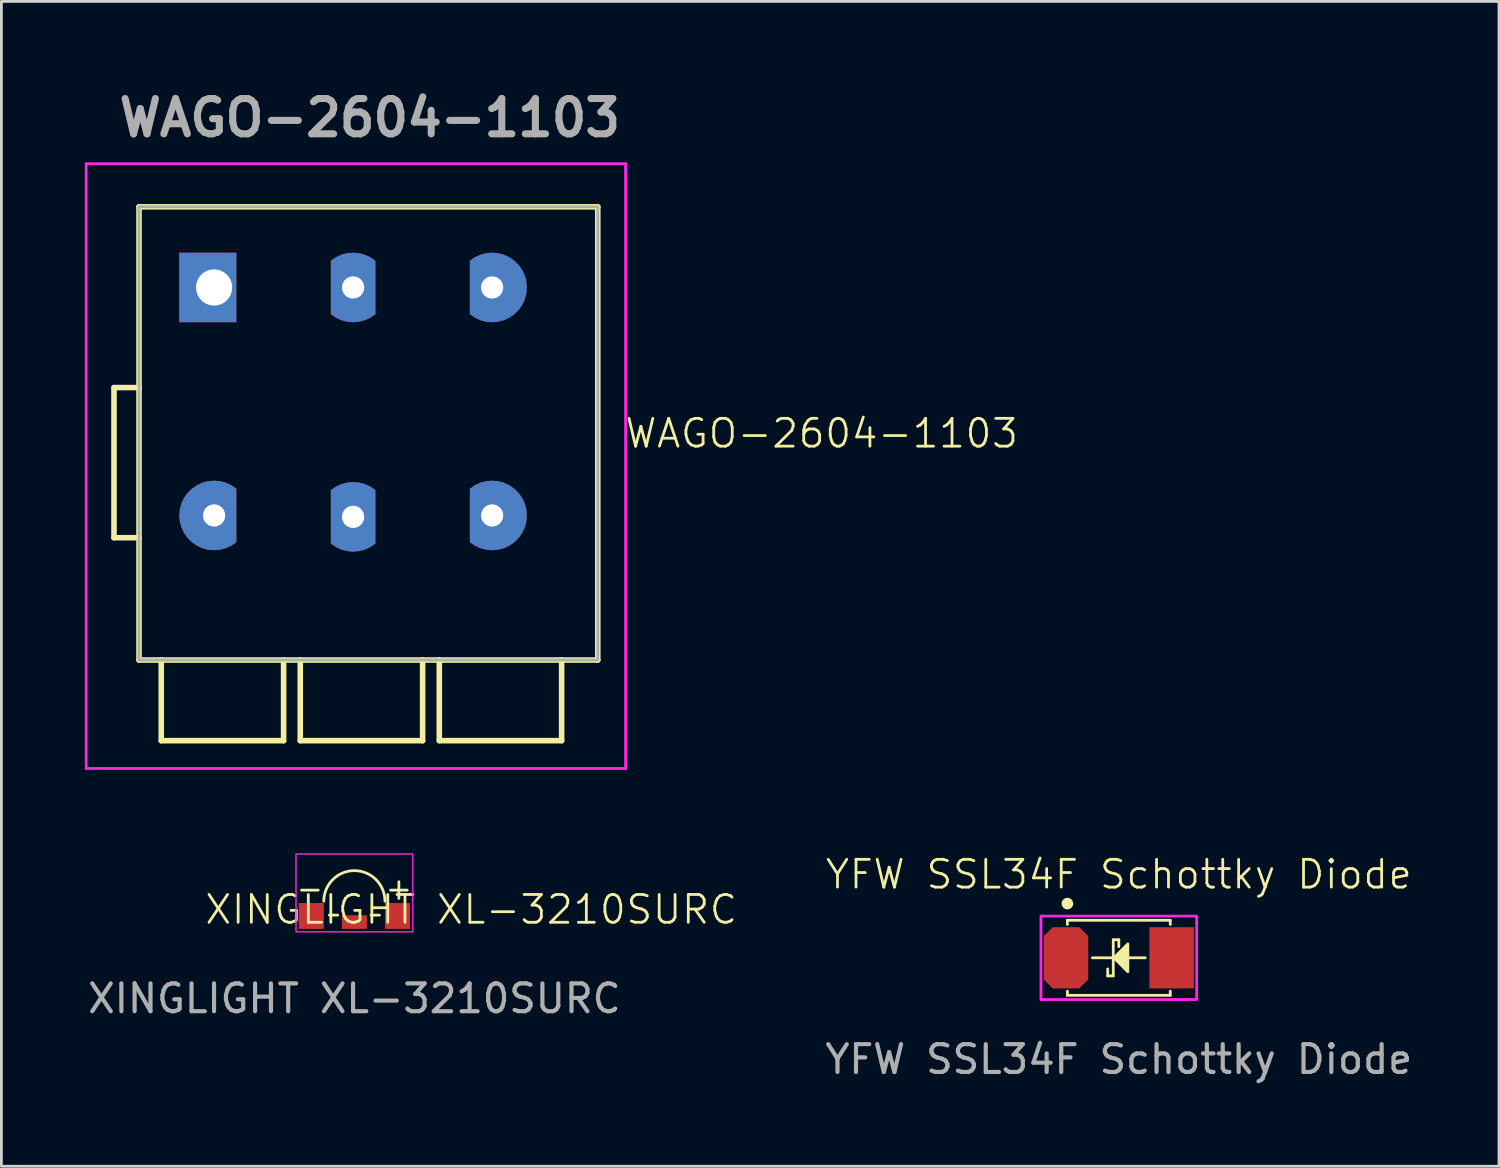
<source format=kicad_pcb>
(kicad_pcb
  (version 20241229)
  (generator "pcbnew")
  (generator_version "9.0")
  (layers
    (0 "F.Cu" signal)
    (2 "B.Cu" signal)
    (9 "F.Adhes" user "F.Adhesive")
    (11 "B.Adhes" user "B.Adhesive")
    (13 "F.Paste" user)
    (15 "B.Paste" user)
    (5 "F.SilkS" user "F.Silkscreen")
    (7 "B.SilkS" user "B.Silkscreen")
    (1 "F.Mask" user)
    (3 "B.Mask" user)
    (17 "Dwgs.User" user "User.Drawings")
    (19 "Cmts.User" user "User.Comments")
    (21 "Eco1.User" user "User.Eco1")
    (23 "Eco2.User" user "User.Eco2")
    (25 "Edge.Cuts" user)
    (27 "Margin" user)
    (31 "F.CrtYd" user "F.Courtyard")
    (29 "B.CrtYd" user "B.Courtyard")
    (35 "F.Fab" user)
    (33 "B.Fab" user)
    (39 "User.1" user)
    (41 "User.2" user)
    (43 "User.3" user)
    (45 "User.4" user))
  (footprint "WAGO-2604-1103"
    (layer "F.Cu")
    (at 4.65 7.289)
    (property "Reference" "WAGO-2604-1103" (at 21.85 5.25 0) (unlocked yes) (layer "F.SilkS") (effects (font (size 1 1) (thickness 0.1))))
    (attr through_hole)
    (fp_line (start -3.6 3.6) (end -3.6 9) (stroke (width 0.2) (type solid)) (layer "F.SilkS"))
    (fp_line (start -3.6 9) (end -2.7 9) (stroke (width 0.2) (type solid)) (layer "F.SilkS"))
    (fp_line (start -2.7 -2.9) (end 13.8 -2.9) (stroke (width 0.2) (type solid)) (layer "F.SilkS"))
    (fp_line (start -2.7 3.6) (end -3.6 3.6) (stroke (width 0.2) (type solid)) (layer "F.SilkS"))
    (fp_line (start -2.7 13.4) (end -2.7 -2.9) (stroke (width 0.2) (type solid)) (layer "F.SilkS"))
    (fp_line (start -1.9 13.4) (end -1.9 16.3) (stroke (width 0.2) (type solid)) (layer "F.SilkS"))
    (fp_line (start -1.9 16.3) (end 2.5 16.3) (stroke (width 0.2) (type solid)) (layer "F.SilkS"))
    (fp_line (start 2.5 16.3) (end 2.5 13.4) (stroke (width 0.2) (type solid)) (layer "F.SilkS"))
    (fp_line (start 3.1 13.4) (end 3.1 16.3) (stroke (width 0.2) (type solid)) (layer "F.SilkS"))
    (fp_line (start 3.1 16.3) (end 7.5 16.3) (stroke (width 0.2) (type solid)) (layer "F.SilkS"))
    (fp_line (start 7.5 16.3) (end 7.5 13.4) (stroke (width 0.2) (type solid)) (layer "F.SilkS"))
    (fp_line (start 8.1 13.4) (end 8.1 16.3) (stroke (width 0.2) (type solid)) (layer "F.SilkS"))
    (fp_line (start 8.1 16.3) (end 12.5 16.3) (stroke (width 0.2) (type solid)) (layer "F.SilkS"))
    (fp_line (start 12.5 16.3) (end 12.5 13.4) (stroke (width 0.2) (type solid)) (layer "F.SilkS"))
    (fp_line (start 13.8 -2.9) (end 13.8 13.4) (stroke (width 0.2) (type solid)) (layer "F.SilkS"))
    (fp_line (start 13.8 13.4) (end -2.7 13.4) (stroke (width 0.2) (type solid)) (layer "F.SilkS"))
    (fp_line (start -4.6 -4.45) (end 14.8 -4.45) (stroke (width 0.1) (type solid)) (layer "F.CrtYd"))
    (fp_line (start -4.6 17.3) (end -4.6 -4.45) (stroke (width 0.1) (type solid)) (layer "F.CrtYd"))
    (fp_line (start 14.8 17.3) (end -4.6 17.3) (stroke (width 0.1) (type solid)) (layer "F.CrtYd"))
    (fp_line (start 14.8 17.3) (end 14.8 -4.45) (stroke (width 0.1) (type solid)) (layer "F.CrtYd"))
    (fp_line (start -2.7 -2.9) (end 13.8 -2.9) (stroke (width 0.1) (type solid)) (layer "F.Fab"))
    (fp_line (start -2.7 13.4) (end -2.7 -2.9) (stroke (width 0.1) (type solid)) (layer "F.Fab"))
    (fp_line (start 13.8 -2.9) (end 13.8 13.4) (stroke (width 0.1) (type solid)) (layer "F.Fab"))
    (fp_line (start 13.8 13.4) (end -2.7 13.4) (stroke (width 0.1) (type solid)) (layer "F.Fab"))
    (fp_text user "${REFERENCE}" (at 5.6 -6.1 0) (layer "F.Fab") (effects (font (size 1.27 1.27) (thickness 0.254))))
    (pad "1" thru_hole rect (at 0 0) (size 2.05 2.5) (drill 1.3 (offset -0.225 0)) (layers "*.Cu" "*.Mask"))
    (pad "1" thru_hole custom (at 0 8.2) (size 0.8 0.8) (drill 1.3) (layers "*.Cu" "*.Mask") (options (anchor circle)) (primitives (gr_poly (pts (xy 0.217 -1.231) (xy 0.428 -1.175) (xy 0.625 -1.083) (xy 0.8 -0.96) (xy 0.8 0.96) (xy 0.625 1.083) (xy 0.428 1.175) (xy 0.217 1.231) (xy 0 1.25) (xy -0.217 1.231) (xy -0.428 1.175) (xy -0.625 1.083) (xy -0.803 0.958) (xy -0.958 0.803) (xy -1.083 0.625) (xy -1.175 0.428) (xy -1.231 0.217) (xy -1.25 0) (xy -1.231 -0.217) (xy -1.175 -0.428) (xy -1.083 -0.625) (xy -0.958 -0.803) (xy -0.803 -0.958) (xy -0.625 -1.083) (xy -0.428 -1.175) (xy -0.217 -1.231) (xy 0 -1.25)) (width 0) (fill yes))))
    (pad "2" thru_hole custom (at 5 0 180) (size 0.8 0.8) (drill 1.3) (layers "*.Cu" "F.Mask") (options (anchor circle)) (primitives (gr_poly (pts (xy 0.217 -1.231) (xy 0.428 -1.175) (xy 0.625 -1.083) (xy 0.8 -0.96) (xy 0.8 0.96) (xy 0.625 1.083) (xy 0.428 1.175) (xy 0.217 1.231) (xy 0 1.25) (xy -0.217 1.231) (xy -0.428 1.175) (xy -0.625 1.083) (xy -0.8 0.96) (xy -0.8 -0.96) (xy -0.625 -1.083) (xy -0.428 -1.175) (xy -0.217 -1.231) (xy 0 -1.25)) (width 0) (fill yes))))
    (pad "2" thru_hole custom (at 5 8.25 180) (size 0.8 0.8) (drill 1.3) (layers "*.Cu" "F.Mask") (options (anchor circle)) (primitives (gr_poly (pts (xy 0.217 -1.231) (xy 0.428 -1.175) (xy 0.625 -1.083) (xy 0.8 -0.96) (xy 0.8 0.96) (xy 0.625 1.083) (xy 0.428 1.175) (xy 0.217 1.231) (xy 0 1.25) (xy -0.217 1.231) (xy -0.428 1.175) (xy -0.625 1.083) (xy -0.8 0.96) (xy -0.8 -0.96) (xy -0.625 -1.083) (xy -0.428 -1.175) (xy -0.217 -1.231) (xy 0 -1.25)) (width 0) (fill yes))))
    (pad "3" thru_hole custom (at 10 0 180) (size 0.8 0.8) (drill 1.3) (layers "*.Cu" "*.Mask") (options (anchor circle)) (primitives (gr_poly (pts (xy 0.217 -1.231) (xy 0.428 -1.175) (xy 0.625 -1.083) (xy 0.8 -0.96) (xy 0.8 0.96) (xy 0.625 1.083) (xy 0.428 1.175) (xy 0.217 1.231) (xy 0 1.25) (xy -0.217 1.231) (xy -0.428 1.175) (xy -0.625 1.083) (xy -0.803 0.958) (xy -0.958 0.803) (xy -1.083 0.625) (xy -1.175 0.428) (xy -1.231 0.217) (xy -1.25 0) (xy -1.231 -0.217) (xy -1.175 -0.428) (xy -1.083 -0.625) (xy -0.958 -0.803) (xy -0.803 -0.958) (xy -0.625 -1.083) (xy -0.428 -1.175) (xy -0.217 -1.231) (xy 0 -1.25)) (width 0) (fill yes))))
    (pad "3" thru_hole custom (at 10 8.2 180) (size 0.8 0.8) (drill 1.3) (layers "*.Cu" "*.Mask") (options (anchor circle)) (primitives (gr_poly (pts (xy 0.217 -1.231) (xy 0.428 -1.175) (xy 0.625 -1.083) (xy 0.8 -0.96) (xy 0.8 0.96) (xy 0.625 1.083) (xy 0.428 1.175) (xy 0.217 1.231) (xy 0 1.25) (xy -0.217 1.231) (xy -0.428 1.175) (xy -0.625 1.083) (xy -0.803 0.958) (xy -0.958 0.803) (xy -1.083 0.625) (xy -1.175 0.428) (xy -1.231 0.217) (xy -1.25 0) (xy -1.231 -0.217) (xy -1.175 -0.428) (xy -1.083 -0.625) (xy -0.958 -0.803) (xy -0.803 -0.958) (xy -0.625 -1.083) (xy -0.428 -1.175) (xy -0.217 -1.231) (xy 0 -1.25)) (width 0) (fill yes))))
    (zone (net_name "") (layers "F.Cu" "B.Cu") (hatch edge 0.5) (connect_pads) (min_thickness 0.25) (filled_areas_thickness no) (keepout (tracks not_allowed) (vias not_allowed) (pads not_allowed) (copperpour not_allowed) (footprints allowed)) (placement (enabled no)) (fill) (polygon (pts (xy 5.55 16.789) (xy 8.75 16.789) (xy 8.75 5.989) (xy 5.55 5.989))))
    (zone (net_name "") (layers "F.Cu" "B.Cu") (hatch edge 0.5) (connect_pads) (min_thickness 0.25) (filled_areas_thickness no) (keepout (tracks not_allowed) (vias not_allowed) (pads not_allowed) (copperpour not_allowed) (footprints allowed)) (placement (enabled no)) (fill) (polygon (pts (xy 10.55 16.789) (xy 13.75 16.789) (xy 13.75 5.989) (xy 10.55 5.989)))))
  (footprint "YFW SSL34F Schottky Diode"
    (layer "F.Cu")
    (at 37.19 31.399)
    (property "Reference" "YFW SSL34F Schottky Diode" (at 0 -3 0) (unlocked yes) (layer "F.SilkS") (effects (font (size 1 1) (thickness 0.1))))
    (attr smd)
    (fp_line (start -1.85 -1.35) (end 1.85 -1.35) (stroke (width 0.1) (type default)) (layer "F.SilkS"))
    (fp_line (start -1.85 -1.2) (end -1.85 -1.35) (stroke (width 0.1) (type default)) (layer "F.SilkS"))
    (fp_line (start -1.85 1.35) (end -1.85 1.2) (stroke (width 0.1) (type default)) (layer "F.SilkS"))
    (fp_line (start -0.95 0) (end 0.95 0) (stroke (width 0.1) (type default)) (layer "F.SilkS"))
    (fp_line (start -0.4 0.65) (end -0.4 0.4) (stroke (width 0.1) (type default)) (layer "F.SilkS"))
    (fp_line (start -0.2 -0.65) (end -0.2 0.65) (stroke (width 0.1) (type default)) (layer "F.SilkS"))
    (fp_line (start -0.2 -0.65) (end 0 -0.65) (stroke (width 0.1) (type default)) (layer "F.SilkS"))
    (fp_line (start -0.2 0.65) (end -0.4 0.65) (stroke (width 0.1) (type default)) (layer "F.SilkS"))
    (fp_line (start 0 -0.65) (end 0 -0.4) (stroke (width 0.1) (type default)) (layer "F.SilkS"))
    (fp_line (start 1.85 -1.35) (end 1.85 -1.2) (stroke (width 0.1) (type default)) (layer "F.SilkS"))
    (fp_line (start 1.85 1.2) (end 1.85 1.35) (stroke (width 0.1) (type default)) (layer "F.SilkS"))
    (fp_line (start 1.85 1.35) (end -1.85 1.35) (stroke (width 0.1) (type default)) (layer "F.SilkS"))
    (fp_circle (center -1.85 -1.95) (end -1.7 -1.9) (stroke (width 0.1) (type default)) (fill yes) (layer "F.SilkS"))
    (fp_poly (pts (xy 0.325 -0.5) (xy 0.325 0.5) (xy -0.175 0)) (stroke (width 0.1) (type solid)) (fill yes) (layer "F.SilkS"))
    (fp_rect (start -2.8 -1.5) (end 2.8 1.5) (stroke (width 0.1) (type default)) (fill no) (layer "F.CrtYd"))
    (fp_text user "${REFERENCE}" (at 0 3.65 0) (unlocked yes) (layer "F.Fab") (effects (font (size 1 1) (thickness 0.15))))
    (pad "1" smd roundrect (at -1.9 0 180) (size 1.6 2.2) (layers "F.Cu" "F.Mask" "F.Paste") (roundrect_rratio 0) (chamfer_ratio 0.2) (chamfer top_left top_right bottom_left bottom_right))
    (pad "2" smd rect (at 1.9 0 180) (size 1.6 2.2) (layers "F.Cu" "F.Mask" "F.Paste")))
  (footprint "XINGLIGHT XL-3210SURC"
    (layer "F.Cu")
    (at 9.696 30.364)
    (property "Reference" "XINGLIGHT XL-3210SURC" (at 4.2 -0.7 0) (unlocked yes) (layer "F.SilkS") (effects (font (size 1 1) (thickness 0.1))))
    (attr smd)
    (fp_line (start -1.9 -1.4) (end -1.3 -1.4) (stroke (width 0.1) (type default)) (layer "F.SilkS"))
    (fp_line (start -0.9 -0.5) (end -0.6 -0.5) (stroke (width 0.1) (type default)) (layer "F.SilkS"))
    (fp_line (start 0.6 -0.5) (end 0.9 -0.5) (stroke (width 0.1) (type default)) (layer "F.SilkS"))
    (fp_line (start 1.3 -1.4) (end 1.9 -1.4) (stroke (width 0.1) (type default)) (layer "F.SilkS"))
    (fp_line (start 1.6 -1.1) (end 1.6 -1.7) (stroke (width 0.1) (type default)) (layer "F.SilkS"))
    (fp_arc (start -1.1 -1) (mid 0 -2.1) (end 1.1 -1) (stroke (width 0.1) (type default)) (layer "F.SilkS"))
    (fp_rect (start -2.1 -2.7) (end 2.1 0.1) (stroke (width 0.05) (type default)) (fill no) (layer "F.CrtYd"))
    (fp_text user "${REFERENCE}" (at 0 2.5 0) (unlocked yes) (layer "F.Fab") (effects (font (size 1 1) (thickness 0.15))))
    (pad "1" smd rect (at -1.55 -0.47) (size 0.9 0.93) (layers "F.Cu" "F.Mask" "F.Paste"))
    (pad "2" smd rect (at 1.55 -0.47) (size 0.9 0.93) (layers "F.Cu" "F.Mask" "F.Paste"))
    (pad "3" smd rect (at 0 -0.25) (size 0.9 0.49) (layers "F.Cu" "F.Mask" "F.Paste")))
  (gr_rect
    (start -3 -3)
    (end 50.863 38.897)
    (stroke (width 0.1) (type default))
    (fill no)
    (layer "Edge.Cuts")))
</source>
